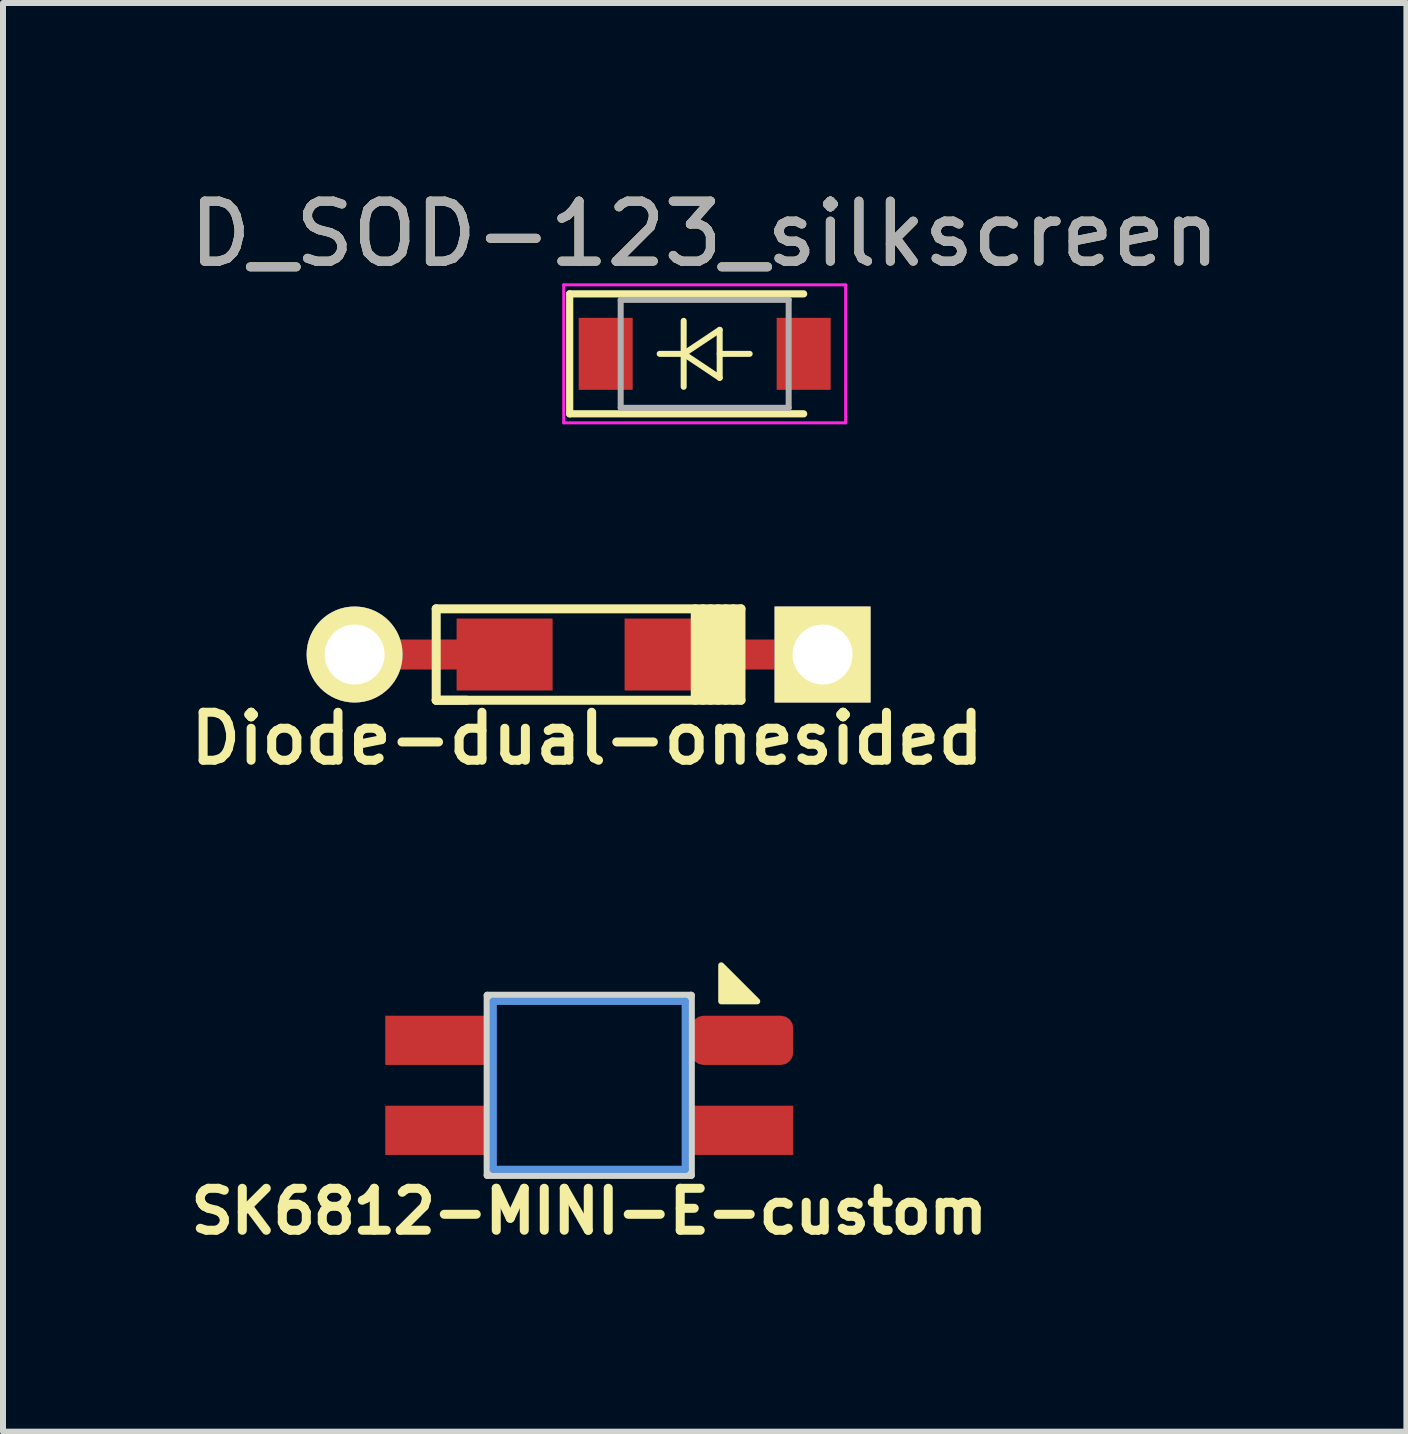
<source format=kicad_pcb>
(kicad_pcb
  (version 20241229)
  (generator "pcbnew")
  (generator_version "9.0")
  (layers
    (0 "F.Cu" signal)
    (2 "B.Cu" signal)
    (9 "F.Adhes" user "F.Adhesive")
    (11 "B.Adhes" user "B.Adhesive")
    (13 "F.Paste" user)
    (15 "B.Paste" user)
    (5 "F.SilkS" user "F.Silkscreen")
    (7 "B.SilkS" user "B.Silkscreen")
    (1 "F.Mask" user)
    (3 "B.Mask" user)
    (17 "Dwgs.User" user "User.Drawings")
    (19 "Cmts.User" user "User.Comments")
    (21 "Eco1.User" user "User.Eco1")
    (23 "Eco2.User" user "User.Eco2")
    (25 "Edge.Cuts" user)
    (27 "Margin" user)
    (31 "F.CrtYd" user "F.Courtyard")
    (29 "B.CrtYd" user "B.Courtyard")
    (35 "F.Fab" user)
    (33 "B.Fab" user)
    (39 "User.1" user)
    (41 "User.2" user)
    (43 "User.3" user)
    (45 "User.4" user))
  (footprint "SK6812-MINI-E-custom"
    (layer "F.Cu")
    (at 6.772 15.041)
    (property "Reference" "SK6812-MINI-E-custom" (at 0 2.1 0) (unlocked yes) (layer "F.SilkS") (effects (font (size 0.7 0.7) (thickness 0.15))))
    (attr through_hole)
    (fp_poly (pts (xy 2.8 -1.4) (xy 2.2 -1.4) (xy 2.2 -2)) (stroke (width 0.1) (type solid)) (fill yes) (layer "F.SilkS"))
    (fp_line (start -1.6 -1.4) (end 1.6 -1.4) (stroke (width 0.12) (type solid)) (layer "Cmts.User"))
    (fp_line (start -1.6 1.4) (end -1.6 -1.4) (stroke (width 0.12) (type solid)) (layer "Cmts.User"))
    (fp_line (start 1.6 -1.4) (end 1.6 1.4) (stroke (width 0.12) (type solid)) (layer "Cmts.User"))
    (fp_line (start 1.6 1.4) (end -1.6 1.4) (stroke (width 0.12) (type solid)) (layer "Cmts.User"))
    (fp_line (start -1.7 -1.5) (end 1.7 -1.5) (stroke (width 0.12) (type solid)) (layer "Edge.Cuts"))
    (fp_line (start -1.7 1.5) (end -1.7 -1.5) (stroke (width 0.12) (type solid)) (layer "Edge.Cuts"))
    (fp_line (start 1.7 -1.5) (end 1.7 1.5) (stroke (width 0.12) (type solid)) (layer "Edge.Cuts"))
    (fp_line (start 1.7 1.5) (end -1.7 1.5) (stroke (width 0.12) (type solid)) (layer "Edge.Cuts"))
    (pad "1" smd rect (at -2.55 -0.75) (size 1.7 0.82) (layers "F.Cu" "F.Mask" "F.Paste"))
    (pad "2" smd roundrect (at 2.55 -0.75) (size 1.7 0.82) (layers "F.Cu" "F.Mask" "F.Paste") (roundrect_rratio 0.25))
    (pad "3" smd rect (at 2.55 0.75) (size 1.7 0.82) (layers "F.Cu" "F.Mask" "F.Paste"))
    (pad "4" smd rect (at -2.55 0.75) (size 1.7 0.82) (layers "F.Cu" "F.Mask" "F.Paste")))
  (footprint "Diode-dual-onesided"
    (layer "F.Cu")
    (at 6.761 7.86)
    (property "Reference" "Diode-dual-onesided" (at -0.025 1.4 0) (layer "F.SilkS") (effects (font (size 0.8 0.8) (thickness 0.15))))
    (attr smd)
    (fp_line (start -2.54 -0.762) (end -2.54 0.762) (stroke (width 0.15) (type solid)) (layer "F.SilkS"))
    (fp_line (start -2.54 0.762) (end -2.032 0.762) (stroke (width 0.15) (type solid)) (layer "F.SilkS"))
    (fp_line (start -2.54 0.762) (end 2.54 0.762) (stroke (width 0.15) (type solid)) (layer "F.SilkS"))
    (fp_line (start 1.778 0.762) (end 1.778 -0.762) (stroke (width 0.15) (type solid)) (layer "F.SilkS"))
    (fp_line (start 1.905 0.762) (end 1.905 -0.762) (stroke (width 0.15) (type solid)) (layer "F.SilkS"))
    (fp_line (start 2.032 -0.762) (end 2.032 0.762) (stroke (width 0.15) (type solid)) (layer "F.SilkS"))
    (fp_line (start 2.159 0.762) (end 2.159 -0.762) (stroke (width 0.15) (type solid)) (layer "F.SilkS"))
    (fp_line (start 2.286 -0.762) (end 2.286 0.762) (stroke (width 0.15) (type solid)) (layer "F.SilkS"))
    (fp_line (start 2.413 0.762) (end 2.413 -0.762) (stroke (width 0.15) (type solid)) (layer "F.SilkS"))
    (fp_line (start 2.54 -0.762) (end -2.54 -0.762) (stroke (width 0.15) (type solid)) (layer "F.SilkS"))
    (fp_line (start 2.54 0.762) (end 2.54 -0.762) (stroke (width 0.15) (type solid)) (layer "F.SilkS"))
    (pad "1" smd rect (at 1.4 0) (size 1.6 1.2) (layers "F.Cu" "F.Mask" "F.Paste"))
    (pad "1" smd rect (at 2.5 0) (size 2.9 0.5) (layers "F.Cu"))
    (pad "1" thru_hole rect (at 3.9 0) (size 1.6 1.6) (drill 1) (layers "*.Cu" "*.Mask" "F.SilkS"))
    (pad "2" thru_hole circle (at -3.9 0) (size 1.6 1.6) (drill 1) (layers "*.Cu" "*.Mask" "F.SilkS"))
    (pad "2" smd rect (at -2.5 0) (size 2.9 0.5) (layers "F.Cu"))
    (pad "2" smd rect (at -1.4 0) (size 1.6 1.2) (layers "F.Cu" "F.Mask" "F.Paste")))
  (footprint "D_SOD-123_silkscreen"
    (layer "F.Cu")
    (at 8.696 2.848)
    (property "Reference" "D_SOD-123_silkscreen" (at 0 -2 0) (layer "F.SilkS") (effects (font (size 1 1) (thickness 0.15))))
    (attr smd)
    (fp_line (start -2.25 -1) (end -2.25 1) (stroke (width 0.12) (type solid)) (layer "F.SilkS"))
    (fp_line (start -2.25 -1) (end 1.65 -1) (stroke (width 0.12) (type solid)) (layer "F.SilkS"))
    (fp_line (start -2.25 1) (end 1.65 1) (stroke (width 0.12) (type solid)) (layer "F.SilkS"))
    (fp_line (start -0.75 0) (end -0.35 0) (stroke (width 0.1) (type solid)) (layer "F.SilkS"))
    (fp_line (start -0.35 0) (end -0.35 -0.55) (stroke (width 0.1) (type solid)) (layer "F.SilkS"))
    (fp_line (start -0.35 0) (end -0.35 0.55) (stroke (width 0.1) (type solid)) (layer "F.SilkS"))
    (fp_line (start -0.35 0) (end 0.25 -0.4) (stroke (width 0.1) (type solid)) (layer "F.SilkS"))
    (fp_line (start 0.25 -0.4) (end 0.25 0.4) (stroke (width 0.1) (type solid)) (layer "F.SilkS"))
    (fp_line (start 0.25 0) (end 0.75 0) (stroke (width 0.1) (type solid)) (layer "F.SilkS"))
    (fp_line (start 0.25 0.4) (end -0.35 0) (stroke (width 0.1) (type solid)) (layer "F.SilkS"))
    (fp_line (start -2.35 -1.15) (end -2.35 1.15) (stroke (width 0.05) (type solid)) (layer "F.CrtYd"))
    (fp_line (start -2.35 -1.15) (end 2.35 -1.15) (stroke (width 0.05) (type solid)) (layer "F.CrtYd"))
    (fp_line (start 2.35 -1.15) (end 2.35 1.15) (stroke (width 0.05) (type solid)) (layer "F.CrtYd"))
    (fp_line (start 2.35 1.15) (end -2.35 1.15) (stroke (width 0.05) (type solid)) (layer "F.CrtYd"))
    (fp_line (start -1.4 -0.9) (end 1.4 -0.9) (stroke (width 0.1) (type solid)) (layer "F.Fab"))
    (fp_line (start -1.4 0.9) (end -1.4 -0.9) (stroke (width 0.1) (type solid)) (layer "F.Fab"))
    (fp_line (start 1.4 -0.9) (end 1.4 0.9) (stroke (width 0.1) (type solid)) (layer "F.Fab"))
    (fp_line (start 1.4 0.9) (end -1.4 0.9) (stroke (width 0.1) (type solid)) (layer "F.Fab"))
    (fp_text user "${REFERENCE}" (at 0 -2 0) (layer "F.Fab") (effects (font (size 1 1) (thickness 0.15))))
    (pad "1" smd rect (at -1.65 0) (size 0.9 1.2) (layers "F.Cu" "F.Mask" "F.Paste"))
    (pad "2" smd rect (at 1.65 0) (size 0.9 1.2) (layers "F.Cu" "F.Mask" "F.Paste")))
  (gr_rect
    (start -3 -3)
    (end 20.393 20.814)
    (stroke (width 0.1) (type default))
    (fill no)
    (layer "Edge.Cuts")))
</source>
